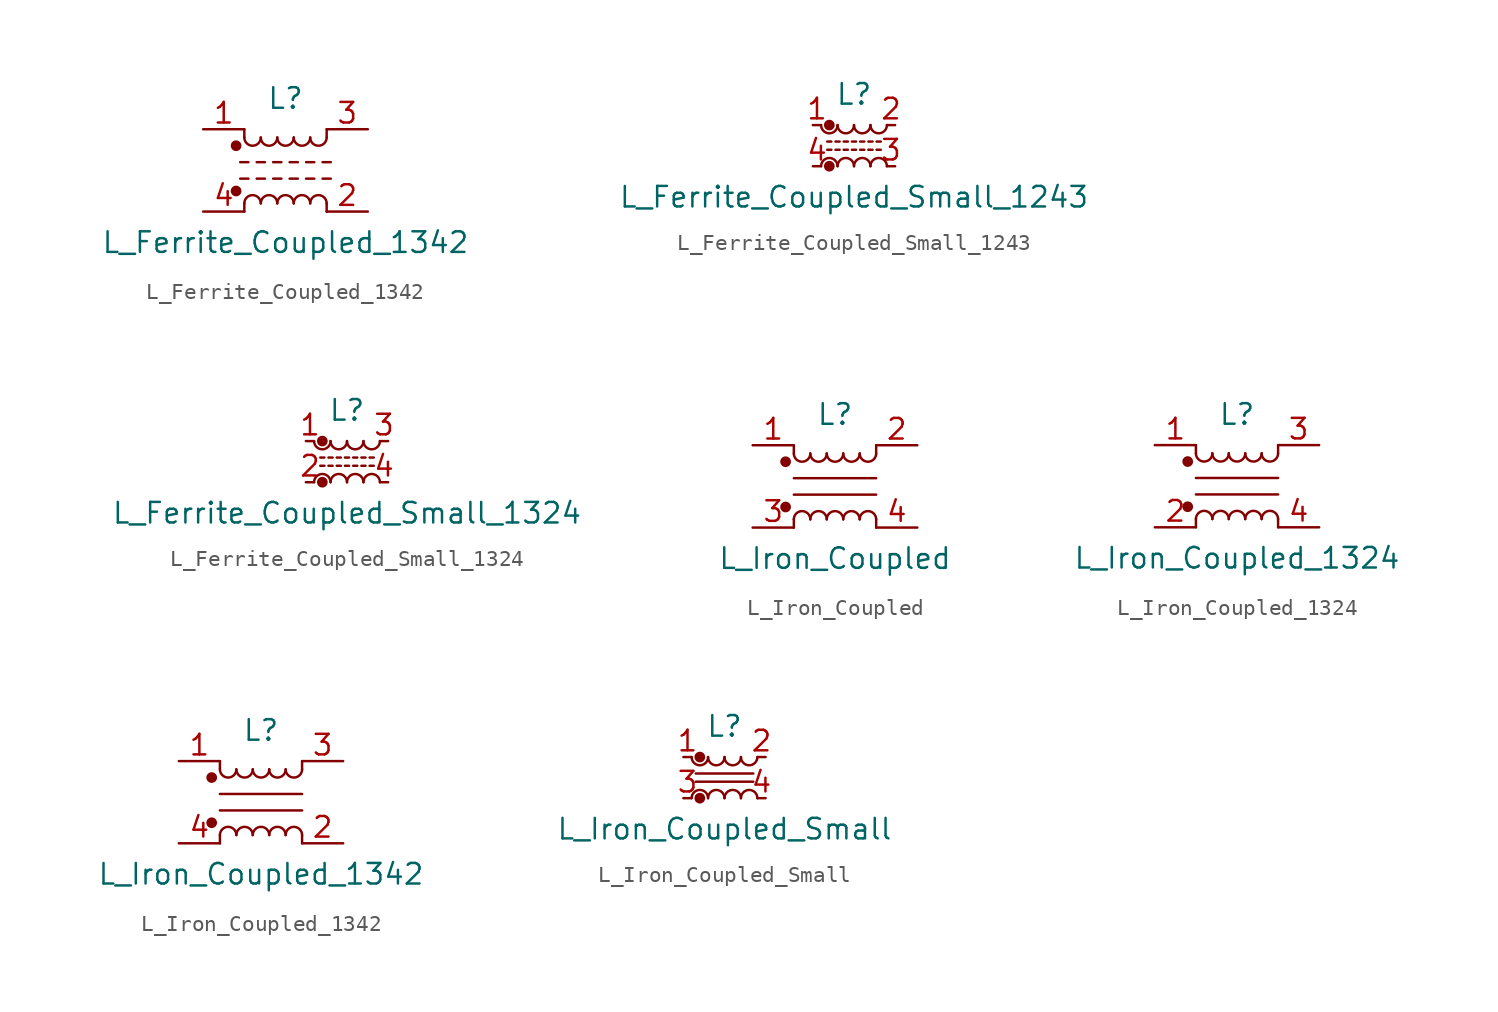
<source format=kicad_sym>
(kicad_symbol_lib
  (version 20241209)
  (generator "kicad_symbol_editor")
  (generator_version "9.0")
  (symbol "L_Ferrite_Coupled_1342"
    (pin_names
      (offset 0.254)
      (hide yes))
    (property "Reference" "L"
      (at 0 4.445 0)
      (effects (font (size 1.27 1.27))))
    (property "Value" "L_Ferrite_Coupled_1342"
      (at 0 -4.445 0)
      (effects (font (size 1.27 1.27))))
    (symbol "L_Ferrite_Coupled_1342_0_1"
      (circle (center -3.048 1.524) (radius 0.254) (stroke (width 0) (type solid)) (fill (type outline)))
      (circle (center -3.048 -1.27) (radius 0.254) (stroke (width 0) (type solid)) (fill (type outline)))
      (polyline (pts (xy -2.794 0.508) (xy -2.286 0.508)) (stroke (width 0) (type solid)) (fill (type none)))
      (polyline (pts (xy -2.794 -0.508) (xy -2.286 -0.508)) (stroke (width 0) (type solid)) (fill (type none)))
      (polyline (pts (xy -2.54 2.032) (xy -2.54 2.54)) (stroke (width 0) (type solid)) (fill (type none)))
      (polyline (pts (xy -2.54 -2.032) (xy -2.54 -2.54)) (stroke (width 0) (type solid)) (fill (type none)))
      (arc (start -1.524 2.032) (mid -2.032 1.524) (end -2.54 2.032) (stroke (width 0) (type solid)) (fill (type none)))
      (arc (start -2.54 -2.032) (mid -2.032 -1.524) (end -1.524 -2.032) (stroke (width 0) (type solid)) (fill (type none)))
      (polyline (pts (xy -1.778 0.508) (xy -1.27 0.508)) (stroke (width 0) (type solid)) (fill (type none)))
      (polyline (pts (xy -1.778 -0.508) (xy -1.27 -0.508)) (stroke (width 0) (type solid)) (fill (type none)))
      (arc (start -0.508 2.032) (mid -1.016 1.524) (end -1.524 2.032) (stroke (width 0) (type solid)) (fill (type none)))
      (arc (start -1.524 -2.032) (mid -1.016 -1.524) (end -0.508 -2.032) (stroke (width 0) (type solid)) (fill (type none)))
      (polyline (pts (xy -0.762 0.508) (xy -0.254 0.508)) (stroke (width 0) (type solid)) (fill (type none)))
      (polyline (pts (xy -0.762 -0.508) (xy -0.254 -0.508)) (stroke (width 0) (type solid)) (fill (type none)))
      (arc (start 0.508 2.032) (mid 0 1.524) (end -0.508 2.032) (stroke (width 0) (type solid)) (fill (type none)))
      (arc (start -0.508 -2.032) (mid 0 -1.524) (end 0.508 -2.032) (stroke (width 0) (type solid)) (fill (type none)))
      (polyline (pts (xy 0.254 0.508) (xy 0.762 0.508)) (stroke (width 0) (type solid)) (fill (type none)))
      (polyline (pts (xy 0.254 -0.508) (xy 0.762 -0.508)) (stroke (width 0) (type solid)) (fill (type none)))
      (arc (start 1.524 2.032) (mid 1.016 1.524) (end 0.508 2.032) (stroke (width 0) (type solid)) (fill (type none)))
      (arc (start 0.508 -2.032) (mid 1.016 -1.524) (end 1.524 -2.032) (stroke (width 0) (type solid)) (fill (type none)))
      (polyline (pts (xy 1.27 0.508) (xy 1.778 0.508)) (stroke (width 0) (type solid)) (fill (type none)))
      (polyline (pts (xy 1.27 -0.508) (xy 1.778 -0.508)) (stroke (width 0) (type solid)) (fill (type none)))
      (arc (start 2.54 2.032) (mid 2.032 1.524) (end 1.524 2.032) (stroke (width 0) (type solid)) (fill (type none)))
      (arc (start 1.524 -2.032) (mid 2.032 -1.524) (end 2.54 -2.032) (stroke (width 0) (type solid)) (fill (type none)))
      (polyline (pts (xy 2.286 0.508) (xy 2.794 0.508)) (stroke (width 0) (type solid)) (fill (type none)))
      (polyline (pts (xy 2.286 -0.508) (xy 2.794 -0.508)) (stroke (width 0) (type solid)) (fill (type none)))
      (polyline (pts (xy 2.54 2.54) (xy 2.54 2.032)) (stroke (width 0) (type solid)) (fill (type none)))
      (polyline (pts (xy 2.54 -2.032) (xy 2.54 -2.54)) (stroke (width 0) (type solid)) (fill (type none))))
    (symbol "L_Ferrite_Coupled_1342_1_1"
      (pin passive line (at -5.08 2.54 0) (length 2.54) (name "1" (effects (font (size 1.27 1.27)))) (number "1" (effects (font (size 1.27 1.27)))))
      (pin passive line (at -5.08 -2.54 0) (length 2.54) (name "4" (effects (font (size 1.27 1.27)))) (number "4" (effects (font (size 1.27 1.27)))))
      (pin passive line (at 5.08 2.54 180) (length 2.54) (name "3" (effects (font (size 1.27 1.27)))) (number "3" (effects (font (size 1.27 1.27)))))
      (pin passive line (at 5.08 -2.54 180) (length 2.54) (name "2" (effects (font (size 1.27 1.27)))) (number "2" (effects (font (size 1.27 1.27)))))))
  (symbol "L_Ferrite_Coupled_Small_1243"
    (pin_names
      (offset 0.254)
      (hide yes))
    (property "Reference" "L"
      (at 0 3.175 0)
      (effects (font (size 1.27 1.27))))
    (property "Value" "L_Ferrite_Coupled_Small_1243"
      (at 0 -3.175 0)
      (effects (font (size 1.27 1.27))))
    (symbol "L_Ferrite_Coupled_Small_1243_0_1"
      (polyline (pts (xy -1.651 0.254) (xy -1.397 0.254)) (stroke (width 0) (type solid)) (fill (type none)))
      (circle (center -1.524 1.27) (radius 0.254) (stroke (width 0) (type solid)) (fill (type outline)))
      (arc (start -1.016 1.27) (mid -1.524 0.762) (end -2.032 1.27) (stroke (width 0) (type solid)) (fill (type none)))
      (arc (start -2.032 -1.27) (mid -1.524 -0.762) (end -1.016 -1.27) (stroke (width 0) (type solid)) (fill (type none)))
      (circle (center -1.524 -1.27) (radius 0.254) (stroke (width 0) (type solid)) (fill (type outline)))
      (polyline (pts (xy -1.397 -0.254) (xy -1.651 -0.254)) (stroke (width 0) (type solid)) (fill (type none)))
      (polyline (pts (xy -1.143 0.254) (xy -0.889 0.254)) (stroke (width 0) (type solid)) (fill (type none)))
      (polyline (pts (xy -0.889 -0.254) (xy -1.143 -0.254)) (stroke (width 0) (type solid)) (fill (type none)))
      (polyline (pts (xy -0.635 0.254) (xy -0.381 0.254)) (stroke (width 0) (type solid)) (fill (type none)))
      (arc (start 0 1.27) (mid -0.508 0.762) (end -1.016 1.27) (stroke (width 0) (type solid)) (fill (type none)))
      (arc (start -1.016 -1.27) (mid -0.508 -0.762) (end 0 -1.27) (stroke (width 0) (type solid)) (fill (type none)))
      (polyline (pts (xy -0.381 -0.254) (xy -0.635 -0.254)) (stroke (width 0) (type solid)) (fill (type none)))
      (polyline (pts (xy -0.127 0.254) (xy 0.127 0.254)) (stroke (width 0) (type solid)) (fill (type none)))
      (polyline (pts (xy 0.127 -0.254) (xy -0.127 -0.254)) (stroke (width 0) (type solid)) (fill (type none)))
      (polyline (pts (xy 0.381 0.254) (xy 0.635 0.254)) (stroke (width 0) (type solid)) (fill (type none)))
      (arc (start 1.016 1.27) (mid 0.508 0.762) (end 0 1.27) (stroke (width 0) (type solid)) (fill (type none)))
      (arc (start 0 -1.27) (mid 0.508 -0.762) (end 1.016 -1.27) (stroke (width 0) (type solid)) (fill (type none)))
      (polyline (pts (xy 0.635 -0.254) (xy 0.381 -0.254)) (stroke (width 0) (type solid)) (fill (type none)))
      (polyline (pts (xy 0.889 0.254) (xy 1.143 0.254)) (stroke (width 0) (type solid)) (fill (type none)))
      (polyline (pts (xy 1.143 -0.254) (xy 0.889 -0.254)) (stroke (width 0) (type solid)) (fill (type none)))
      (polyline (pts (xy 1.397 0.254) (xy 1.651 0.254)) (stroke (width 0) (type solid)) (fill (type none)))
      (arc (start 2.032 1.27) (mid 1.524 0.762) (end 1.016 1.27) (stroke (width 0) (type solid)) (fill (type none)))
      (arc (start 1.016 -1.27) (mid 1.524 -0.762) (end 2.032 -1.27) (stroke (width 0) (type solid)) (fill (type none)))
      (polyline (pts (xy 1.651 -0.254) (xy 1.397 -0.254)) (stroke (width 0) (type solid)) (fill (type none))))
    (symbol "L_Ferrite_Coupled_Small_1243_1_1"
      (pin passive line (at -2.54 1.27 0) (length 0.508) (name "1" (effects (font (size 1.27 1.27)))) (number "1" (effects (font (size 1.27 1.27)))))
      (pin passive line (at -2.54 -1.27 0) (length 0.508) (name "4" (effects (font (size 1.27 1.27)))) (number "4" (effects (font (size 1.27 1.27)))))
      (pin passive line (at 2.54 1.27 180) (length 0.508) (name "2" (effects (font (size 1.27 1.27)))) (number "2" (effects (font (size 1.27 1.27)))))
      (pin passive line (at 2.54 -1.27 180) (length 0.508) (name "3" (effects (font (size 1.27 1.27)))) (number "3" (effects (font (size 1.27 1.27)))))))
  (symbol "L_Ferrite_Coupled_Small_1324"
    (pin_names
      (offset 0.254)
      (hide yes))
    (property "Reference" "L"
      (at 0 3.175 0)
      (effects (font (size 1.27 1.27))))
    (property "Value" "L_Ferrite_Coupled_Small_1324"
      (at 0 -3.175 0)
      (effects (font (size 1.27 1.27))))
    (symbol "L_Ferrite_Coupled_Small_1324_0_1"
      (polyline (pts (xy -1.651 0.254) (xy -1.397 0.254)) (stroke (width 0) (type solid)) (fill (type none)))
      (circle (center -1.524 1.27) (radius 0.254) (stroke (width 0) (type solid)) (fill (type outline)))
      (arc (start -1.016 1.27) (mid -1.524 0.762) (end -2.032 1.27) (stroke (width 0) (type solid)) (fill (type none)))
      (arc (start -2.032 -1.27) (mid -1.524 -0.762) (end -1.016 -1.27) (stroke (width 0) (type solid)) (fill (type none)))
      (circle (center -1.524 -1.27) (radius 0.254) (stroke (width 0) (type solid)) (fill (type outline)))
      (polyline (pts (xy -1.397 -0.254) (xy -1.651 -0.254)) (stroke (width 0) (type solid)) (fill (type none)))
      (polyline (pts (xy -1.143 0.254) (xy -0.889 0.254)) (stroke (width 0) (type solid)) (fill (type none)))
      (polyline (pts (xy -0.889 -0.254) (xy -1.143 -0.254)) (stroke (width 0) (type solid)) (fill (type none)))
      (polyline (pts (xy -0.635 0.254) (xy -0.381 0.254)) (stroke (width 0) (type solid)) (fill (type none)))
      (arc (start 0 1.27) (mid -0.508 0.762) (end -1.016 1.27) (stroke (width 0) (type solid)) (fill (type none)))
      (arc (start -1.016 -1.27) (mid -0.508 -0.762) (end 0 -1.27) (stroke (width 0) (type solid)) (fill (type none)))
      (polyline (pts (xy -0.381 -0.254) (xy -0.635 -0.254)) (stroke (width 0) (type solid)) (fill (type none)))
      (polyline (pts (xy -0.127 0.254) (xy 0.127 0.254)) (stroke (width 0) (type solid)) (fill (type none)))
      (polyline (pts (xy 0.127 -0.254) (xy -0.127 -0.254)) (stroke (width 0) (type solid)) (fill (type none)))
      (polyline (pts (xy 0.381 0.254) (xy 0.635 0.254)) (stroke (width 0) (type solid)) (fill (type none)))
      (arc (start 1.016 1.27) (mid 0.508 0.762) (end 0 1.27) (stroke (width 0) (type solid)) (fill (type none)))
      (arc (start 0 -1.27) (mid 0.508 -0.762) (end 1.016 -1.27) (stroke (width 0) (type solid)) (fill (type none)))
      (polyline (pts (xy 0.635 -0.254) (xy 0.381 -0.254)) (stroke (width 0) (type solid)) (fill (type none)))
      (polyline (pts (xy 0.889 0.254) (xy 1.143 0.254)) (stroke (width 0) (type solid)) (fill (type none)))
      (polyline (pts (xy 1.143 -0.254) (xy 0.889 -0.254)) (stroke (width 0) (type solid)) (fill (type none)))
      (polyline (pts (xy 1.397 0.254) (xy 1.651 0.254)) (stroke (width 0) (type solid)) (fill (type none)))
      (arc (start 2.032 1.27) (mid 1.524 0.762) (end 1.016 1.27) (stroke (width 0) (type solid)) (fill (type none)))
      (arc (start 1.016 -1.27) (mid 1.524 -0.762) (end 2.032 -1.27) (stroke (width 0) (type solid)) (fill (type none)))
      (polyline (pts (xy 1.651 -0.254) (xy 1.397 -0.254)) (stroke (width 0) (type solid)) (fill (type none))))
    (symbol "L_Ferrite_Coupled_Small_1324_1_1"
      (pin passive line (at -2.54 1.27 0) (length 0.508) (name "1" (effects (font (size 1.27 1.27)))) (number "1" (effects (font (size 1.27 1.27)))))
      (pin passive line (at -2.54 -1.27 0) (length 0.508) (name "2" (effects (font (size 1.27 1.27)))) (number "2" (effects (font (size 1.27 1.27)))))
      (pin passive line (at 2.54 1.27 180) (length 0.508) (name "3" (effects (font (size 1.27 1.27)))) (number "3" (effects (font (size 1.27 1.27)))))
      (pin passive line (at 2.54 -1.27 180) (length 0.508) (name "4" (effects (font (size 1.27 1.27)))) (number "4" (effects (font (size 1.27 1.27)))))))
  (symbol "L_Iron_Coupled"
    (pin_names
      (offset 0.254)
      (hide yes))
    (property "Reference" "L"
      (at 0 4.445 0)
      (effects (font (size 1.27 1.27))))
    (property "Value" "L_Iron_Coupled"
      (at 0 -4.445 0)
      (effects (font (size 1.27 1.27))))
    (symbol "L_Iron_Coupled_0_1"
      (circle (center -3.048 1.524) (radius 0.254) (stroke (width 0) (type solid)) (fill (type outline)))
      (circle (center -3.048 -1.27) (radius 0.254) (stroke (width 0) (type solid)) (fill (type outline)))
      (polyline (pts (xy -2.54 2.032) (xy -2.54 2.54)) (stroke (width 0) (type solid)) (fill (type none)))
      (polyline (pts (xy -2.54 0.508) (xy 2.54 0.508)) (stroke (width 0) (type solid)) (fill (type none)))
      (polyline (pts (xy -2.54 -2.032) (xy -2.54 -2.54)) (stroke (width 0) (type solid)) (fill (type none)))
      (arc (start -1.524 2.032) (mid -2.032 1.524) (end -2.54 2.032) (stroke (width 0) (type solid)) (fill (type none)))
      (arc (start -2.54 -2.032) (mid -2.032 -1.524) (end -1.524 -2.032) (stroke (width 0) (type solid)) (fill (type none)))
      (arc (start -0.508 2.032) (mid -1.016 1.524) (end -1.524 2.032) (stroke (width 0) (type solid)) (fill (type none)))
      (arc (start -1.524 -2.032) (mid -1.016 -1.524) (end -0.508 -2.032) (stroke (width 0) (type solid)) (fill (type none)))
      (arc (start 0.508 2.032) (mid 0 1.524) (end -0.508 2.032) (stroke (width 0) (type solid)) (fill (type none)))
      (arc (start -0.508 -2.032) (mid 0 -1.524) (end 0.508 -2.032) (stroke (width 0) (type solid)) (fill (type none)))
      (arc (start 1.524 2.032) (mid 1.016 1.524) (end 0.508 2.032) (stroke (width 0) (type solid)) (fill (type none)))
      (arc (start 0.508 -2.032) (mid 1.016 -1.524) (end 1.524 -2.032) (stroke (width 0) (type solid)) (fill (type none)))
      (arc (start 2.54 2.032) (mid 2.032 1.524) (end 1.524 2.032) (stroke (width 0) (type solid)) (fill (type none)))
      (arc (start 1.524 -2.032) (mid 2.032 -1.524) (end 2.54 -2.032) (stroke (width 0) (type solid)) (fill (type none)))
      (polyline (pts (xy 2.54 2.54) (xy 2.54 2.032)) (stroke (width 0) (type solid)) (fill (type none)))
      (polyline (pts (xy 2.54 -0.508) (xy -2.54 -0.508)) (stroke (width 0) (type solid)) (fill (type none)))
      (polyline (pts (xy 2.54 -2.032) (xy 2.54 -2.54)) (stroke (width 0) (type solid)) (fill (type none))))
    (symbol "L_Iron_Coupled_1_1"
      (pin passive line (at -5.08 2.54 0) (length 2.54) (name "1" (effects (font (size 1.27 1.27)))) (number "1" (effects (font (size 1.27 1.27)))))
      (pin passive line (at -5.08 -2.54 0) (length 2.54) (name "3" (effects (font (size 1.27 1.27)))) (number "3" (effects (font (size 1.27 1.27)))))
      (pin passive line (at 5.08 2.54 180) (length 2.54) (name "2" (effects (font (size 1.27 1.27)))) (number "2" (effects (font (size 1.27 1.27)))))
      (pin passive line (at 5.08 -2.54 180) (length 2.54) (name "4" (effects (font (size 1.27 1.27)))) (number "4" (effects (font (size 1.27 1.27)))))))
  (symbol "L_Iron_Coupled_1324"
    (pin_names
      (offset 0.254)
      (hide yes))
    (property "Reference" "L"
      (at 0 4.445 0)
      (effects (font (size 1.27 1.27))))
    (property "Value" "L_Iron_Coupled_1324"
      (at 0 -4.445 0)
      (effects (font (size 1.27 1.27))))
    (symbol "L_Iron_Coupled_1324_0_1"
      (circle (center -3.048 1.524) (radius 0.254) (stroke (width 0) (type solid)) (fill (type outline)))
      (circle (center -3.048 -1.27) (radius 0.254) (stroke (width 0) (type solid)) (fill (type outline)))
      (polyline (pts (xy -2.54 2.032) (xy -2.54 2.54)) (stroke (width 0) (type solid)) (fill (type none)))
      (polyline (pts (xy -2.54 0.508) (xy 2.54 0.508)) (stroke (width 0) (type solid)) (fill (type none)))
      (polyline (pts (xy -2.54 -2.032) (xy -2.54 -2.54)) (stroke (width 0) (type solid)) (fill (type none)))
      (arc (start -1.524 2.032) (mid -2.032 1.524) (end -2.54 2.032) (stroke (width 0) (type solid)) (fill (type none)))
      (arc (start -2.54 -2.032) (mid -2.032 -1.524) (end -1.524 -2.032) (stroke (width 0) (type solid)) (fill (type none)))
      (arc (start -0.508 2.032) (mid -1.016 1.524) (end -1.524 2.032) (stroke (width 0) (type solid)) (fill (type none)))
      (arc (start -1.524 -2.032) (mid -1.016 -1.524) (end -0.508 -2.032) (stroke (width 0) (type solid)) (fill (type none)))
      (arc (start 0.508 2.032) (mid 0 1.524) (end -0.508 2.032) (stroke (width 0) (type solid)) (fill (type none)))
      (arc (start -0.508 -2.032) (mid 0 -1.524) (end 0.508 -2.032) (stroke (width 0) (type solid)) (fill (type none)))
      (arc (start 1.524 2.032) (mid 1.016 1.524) (end 0.508 2.032) (stroke (width 0) (type solid)) (fill (type none)))
      (arc (start 0.508 -2.032) (mid 1.016 -1.524) (end 1.524 -2.032) (stroke (width 0) (type solid)) (fill (type none)))
      (arc (start 2.54 2.032) (mid 2.032 1.524) (end 1.524 2.032) (stroke (width 0) (type solid)) (fill (type none)))
      (arc (start 1.524 -2.032) (mid 2.032 -1.524) (end 2.54 -2.032) (stroke (width 0) (type solid)) (fill (type none)))
      (polyline (pts (xy 2.54 2.54) (xy 2.54 2.032)) (stroke (width 0) (type solid)) (fill (type none)))
      (polyline (pts (xy 2.54 -0.508) (xy -2.54 -0.508)) (stroke (width 0) (type solid)) (fill (type none)))
      (polyline (pts (xy 2.54 -2.032) (xy 2.54 -2.54)) (stroke (width 0) (type solid)) (fill (type none))))
    (symbol "L_Iron_Coupled_1324_1_1"
      (pin passive line (at -5.08 2.54 0) (length 2.54) (name "1" (effects (font (size 1.27 1.27)))) (number "1" (effects (font (size 1.27 1.27)))))
      (pin passive line (at -5.08 -2.54 0) (length 2.54) (name "2" (effects (font (size 1.27 1.27)))) (number "2" (effects (font (size 1.27 1.27)))))
      (pin passive line (at 5.08 2.54 180) (length 2.54) (name "3" (effects (font (size 1.27 1.27)))) (number "3" (effects (font (size 1.27 1.27)))))
      (pin passive line (at 5.08 -2.54 180) (length 2.54) (name "4" (effects (font (size 1.27 1.27)))) (number "4" (effects (font (size 1.27 1.27)))))))
  (symbol "L_Iron_Coupled_1342"
    (pin_names
      (offset 0.254)
      (hide yes))
    (property "Reference" "L"
      (at 0 4.445 0)
      (effects (font (size 1.27 1.27))))
    (property "Value" "L_Iron_Coupled_1342"
      (at 0 -4.445 0)
      (effects (font (size 1.27 1.27))))
    (symbol "L_Iron_Coupled_1342_0_1"
      (circle (center -3.048 1.524) (radius 0.254) (stroke (width 0) (type solid)) (fill (type outline)))
      (circle (center -3.048 -1.27) (radius 0.254) (stroke (width 0) (type solid)) (fill (type outline)))
      (polyline (pts (xy -2.54 2.032) (xy -2.54 2.54)) (stroke (width 0) (type solid)) (fill (type none)))
      (polyline (pts (xy -2.54 0.508) (xy 2.54 0.508)) (stroke (width 0) (type solid)) (fill (type none)))
      (polyline (pts (xy -2.54 -2.032) (xy -2.54 -2.54)) (stroke (width 0) (type solid)) (fill (type none)))
      (arc (start -1.524 2.032) (mid -2.032 1.524) (end -2.54 2.032) (stroke (width 0) (type solid)) (fill (type none)))
      (arc (start -2.54 -2.032) (mid -2.032 -1.524) (end -1.524 -2.032) (stroke (width 0) (type solid)) (fill (type none)))
      (arc (start -0.508 2.032) (mid -1.016 1.524) (end -1.524 2.032) (stroke (width 0) (type solid)) (fill (type none)))
      (arc (start -1.524 -2.032) (mid -1.016 -1.524) (end -0.508 -2.032) (stroke (width 0) (type solid)) (fill (type none)))
      (arc (start 0.508 2.032) (mid 0 1.524) (end -0.508 2.032) (stroke (width 0) (type solid)) (fill (type none)))
      (arc (start -0.508 -2.032) (mid 0 -1.524) (end 0.508 -2.032) (stroke (width 0) (type solid)) (fill (type none)))
      (arc (start 1.524 2.032) (mid 1.016 1.524) (end 0.508 2.032) (stroke (width 0) (type solid)) (fill (type none)))
      (arc (start 0.508 -2.032) (mid 1.016 -1.524) (end 1.524 -2.032) (stroke (width 0) (type solid)) (fill (type none)))
      (arc (start 2.54 2.032) (mid 2.032 1.524) (end 1.524 2.032) (stroke (width 0) (type solid)) (fill (type none)))
      (arc (start 1.524 -2.032) (mid 2.032 -1.524) (end 2.54 -2.032) (stroke (width 0) (type solid)) (fill (type none)))
      (polyline (pts (xy 2.54 2.54) (xy 2.54 2.032)) (stroke (width 0) (type solid)) (fill (type none)))
      (polyline (pts (xy 2.54 -0.508) (xy -2.54 -0.508)) (stroke (width 0) (type solid)) (fill (type none)))
      (polyline (pts (xy 2.54 -2.032) (xy 2.54 -2.54)) (stroke (width 0) (type solid)) (fill (type none))))
    (symbol "L_Iron_Coupled_1342_1_1"
      (pin passive line (at -5.08 2.54 0) (length 2.54) (name "1" (effects (font (size 1.27 1.27)))) (number "1" (effects (font (size 1.27 1.27)))))
      (pin passive line (at -5.08 -2.54 0) (length 2.54) (name "4" (effects (font (size 1.27 1.27)))) (number "4" (effects (font (size 1.27 1.27)))))
      (pin passive line (at 5.08 2.54 180) (length 2.54) (name "3" (effects (font (size 1.27 1.27)))) (number "3" (effects (font (size 1.27 1.27)))))
      (pin passive line (at 5.08 -2.54 180) (length 2.54) (name "2" (effects (font (size 1.27 1.27)))) (number "2" (effects (font (size 1.27 1.27)))))))
  (symbol "L_Iron_Coupled_Small"
    (pin_names
      (offset 0.254)
      (hide yes))
    (property "Reference" "L"
      (at 0 3.175 0)
      (effects (font (size 1.27 1.27))))
    (property "Value" "L_Iron_Coupled_Small"
      (at 0 -3.175 0)
      (effects (font (size 1.27 1.27))))
    (symbol "L_Iron_Coupled_Small_0_1"
      (circle (center -1.524 1.27) (radius 0.254) (stroke (width 0) (type solid)) (fill (type outline)))
      (arc (start -1.016 1.27) (mid -1.524 0.762) (end -2.032 1.27) (stroke (width 0) (type solid)) (fill (type none)))
      (arc (start -2.032 -1.27) (mid -1.524 -0.762) (end -1.016 -1.27) (stroke (width 0) (type solid)) (fill (type none)))
      (circle (center -1.524 -1.27) (radius 0.254) (stroke (width 0) (type solid)) (fill (type outline)))
      (arc (start 0 1.27) (mid -0.508 0.762) (end -1.016 1.27) (stroke (width 0) (type solid)) (fill (type none)))
      (arc (start -1.016 -1.27) (mid -0.508 -0.762) (end 0 -1.27) (stroke (width 0) (type solid)) (fill (type none)))
      (arc (start 1.016 1.27) (mid 0.508 0.762) (end 0 1.27) (stroke (width 0) (type solid)) (fill (type none)))
      (arc (start 0 -1.27) (mid 0.508 -0.762) (end 1.016 -1.27) (stroke (width 0) (type solid)) (fill (type none)))
      (arc (start 2.032 1.27) (mid 1.524 0.762) (end 1.016 1.27) (stroke (width 0) (type solid)) (fill (type none)))
      (arc (start 1.016 -1.27) (mid 1.524 -0.762) (end 2.032 -1.27) (stroke (width 0) (type solid)) (fill (type none)))
      (polyline (pts (xy 1.778 0.254) (xy -1.778 0.254)) (stroke (width 0) (type solid)) (fill (type none)))
      (polyline (pts (xy 1.778 -0.254) (xy -1.778 -0.254)) (stroke (width 0) (type solid)) (fill (type none))))
    (symbol "L_Iron_Coupled_Small_1_1"
      (pin passive line (at -2.54 1.27 0) (length 0.508) (name "1" (effects (font (size 1.27 1.27)))) (number "1" (effects (font (size 1.27 1.27)))))
      (pin passive line (at -2.54 -1.27 0) (length 0.508) (name "3" (effects (font (size 1.27 1.27)))) (number "3" (effects (font (size 1.27 1.27)))))
      (pin passive line (at 2.54 1.27 180) (length 0.508) (name "2" (effects (font (size 1.27 1.27)))) (number "2" (effects (font (size 1.27 1.27)))))
      (pin passive line (at 2.54 -1.27 180) (length 0.508) (name "4" (effects (font (size 1.27 1.27)))) (number "4" (effects (font (size 1.27 1.27))))))))
</source>
